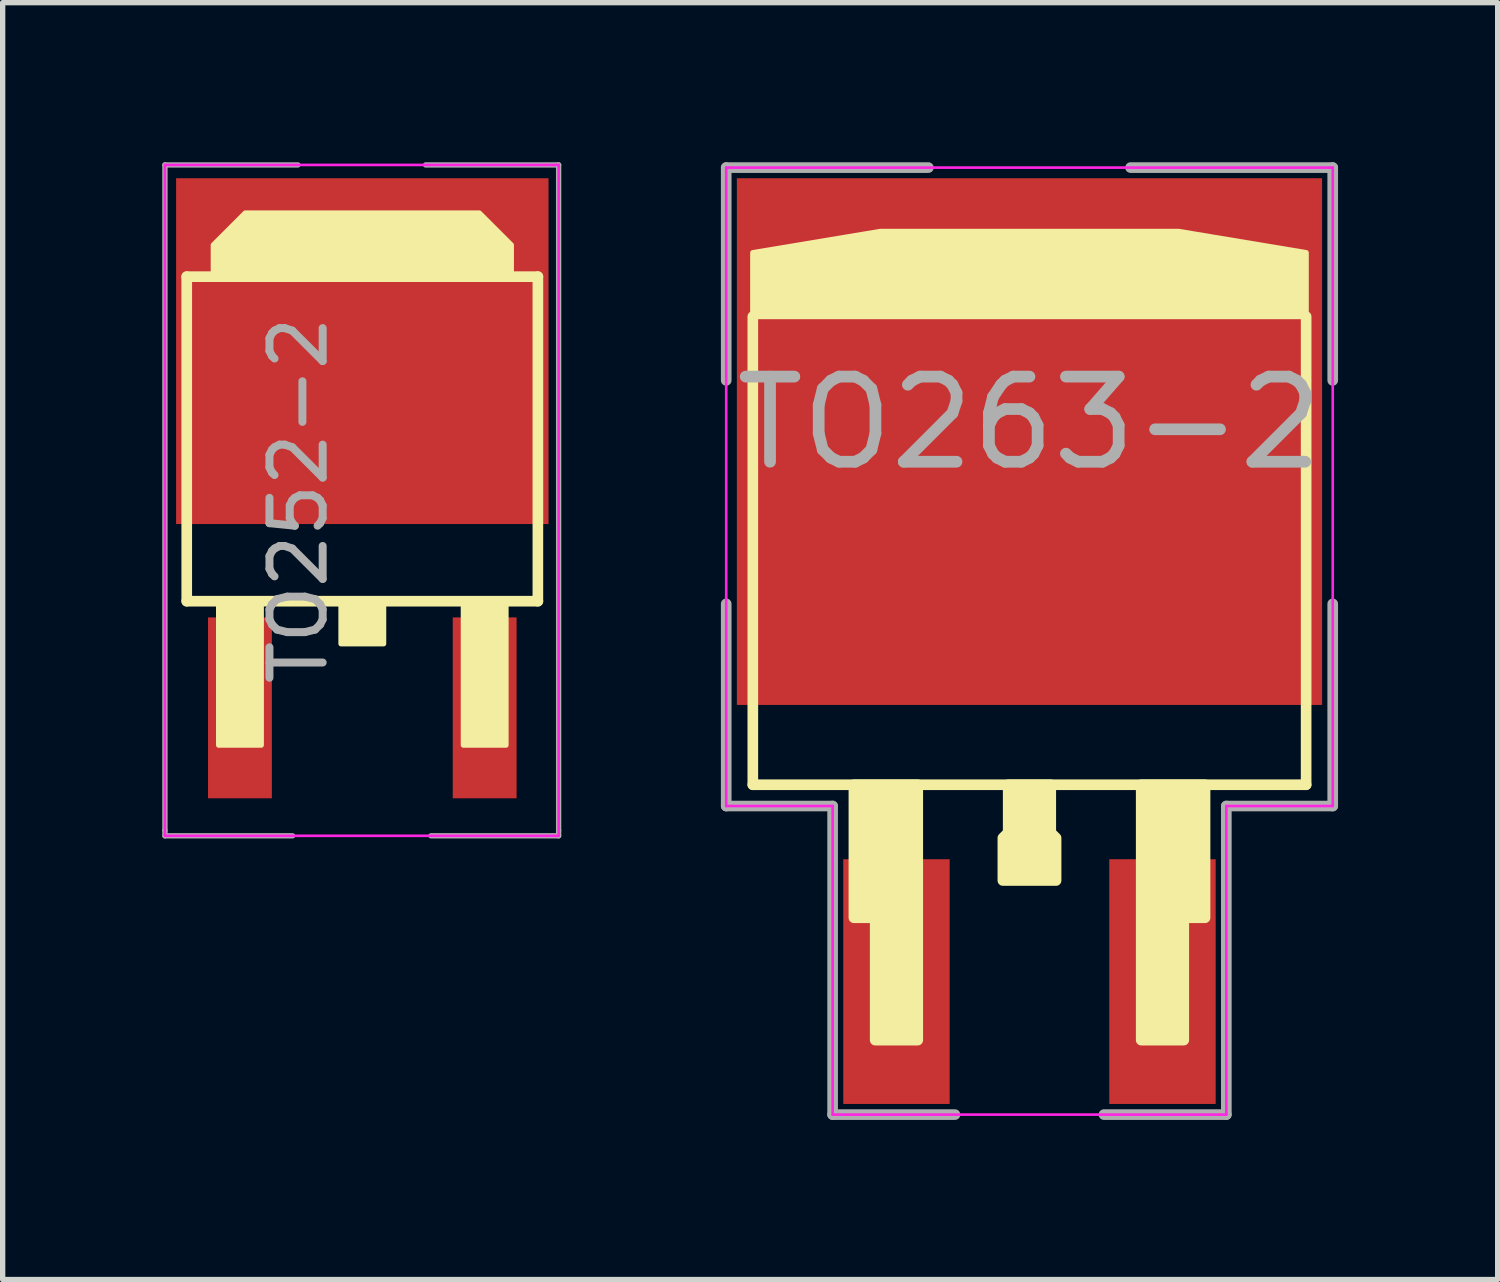
<source format=kicad_pcb>
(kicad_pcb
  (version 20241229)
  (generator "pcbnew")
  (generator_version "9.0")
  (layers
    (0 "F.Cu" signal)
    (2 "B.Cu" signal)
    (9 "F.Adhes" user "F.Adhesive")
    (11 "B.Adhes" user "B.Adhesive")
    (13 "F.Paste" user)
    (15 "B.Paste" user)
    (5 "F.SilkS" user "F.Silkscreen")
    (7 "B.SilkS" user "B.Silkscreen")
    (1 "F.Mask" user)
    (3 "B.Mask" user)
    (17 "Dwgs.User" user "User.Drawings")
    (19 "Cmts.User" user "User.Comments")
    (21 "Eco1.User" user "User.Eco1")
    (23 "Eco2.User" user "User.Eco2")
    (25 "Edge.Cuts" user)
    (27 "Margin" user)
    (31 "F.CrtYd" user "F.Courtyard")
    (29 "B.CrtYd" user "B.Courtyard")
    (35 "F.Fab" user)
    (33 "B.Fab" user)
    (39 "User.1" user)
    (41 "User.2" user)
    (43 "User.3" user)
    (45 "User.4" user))
  (footprint "TO263-2"
    (layer "F.Cu")
    (at 16.3 9)
    (property "Reference" "TO263-2" (at 0 -4.1 180) (layer "F.Fab") (effects (font (size 1.6 1.6) (thickness 0.22))))
    (attr smd)
    (fp_line (start -5.2 -6.1) (end -5.2 2.7) (stroke (width 0.2) (type solid)) (layer "F.SilkS"))
    (fp_line (start -5.2 2.7) (end 5.2 2.7) (stroke (width 0.2) (type solid)) (layer "F.SilkS"))
    (fp_line (start 5.2 2.7) (end 5.2 -6.1) (stroke (width 0.2) (type solid)) (layer "F.SilkS"))
    (fp_poly (pts (xy -2.1 2.7) (xy -2.1 7.5) (xy -2.9 7.5) (xy -2.9 5.2) (xy -3.3 5.2) (xy -3.3 2.7)) (stroke (width 0.2) (type solid)) (fill yes) (layer "F.SilkS"))
    (fp_poly (pts (xy 2.1 2.7) (xy 2.1 7.5) (xy 2.9 7.5) (xy 2.9 5.2) (xy 3.3 5.2) (xy 3.3 2.7)) (stroke (width 0.2) (type solid)) (fill yes) (layer "F.SilkS"))
    (fp_poly (pts (xy 5.2 -7.3) (xy 5.2 -6.1) (xy -5.2 -6.1) (xy -5.2 -7.3) (xy -2.8 -7.7) (xy 2.8 -7.7)) (stroke (width 0.1) (type solid)) (fill yes) (layer "F.SilkS"))
    (fp_poly (pts (xy -0.4 2.7) (xy -0.4 3.6) (xy -0.5 3.7) (xy -0.5 4.5) (xy 0.5 4.5) (xy 0.5 3.7) (xy 0.4 3.6) (xy 0.4 2.7)) (stroke (width 0.2) (type solid)) (fill yes) (layer "F.SilkS"))
    (fp_line (start -5.7 -8.9) (end 5.7 -8.9) (stroke (width 0.05) (type solid)) (layer "F.CrtYd"))
    (fp_line (start -5.7 3.1) (end -5.7 -8.9) (stroke (width 0.05) (type solid)) (layer "F.CrtYd"))
    (fp_line (start -5.7 3.1) (end -3.7 3.1) (stroke (width 0.05) (type solid)) (layer "F.CrtYd"))
    (fp_line (start -3.7 8.9) (end -3.7 3.1) (stroke (width 0.05) (type solid)) (layer "F.CrtYd"))
    (fp_line (start -3.7 8.9) (end 3.7 8.9) (stroke (width 0.05) (type solid)) (layer "F.CrtYd"))
    (fp_line (start 3.7 3.1) (end 5.7 3.1) (stroke (width 0.05) (type solid)) (layer "F.CrtYd"))
    (fp_line (start 3.7 8.9) (end 3.7 3.1) (stroke (width 0.05) (type solid)) (layer "F.CrtYd"))
    (fp_line (start 5.7 3.1) (end 5.7 -8.9) (stroke (width 0.05) (type solid)) (layer "F.CrtYd"))
    (fp_line (start -5.7 -8.9) (end -5.7 -4.9) (stroke (width 0.2) (type solid)) (layer "F.Fab"))
    (fp_line (start -5.7 -8.9) (end -1.9 -8.9) (stroke (width 0.2) (type solid)) (layer "F.Fab"))
    (fp_line (start -5.7 -0.7) (end -5.7 3.1) (stroke (width 0.2) (type solid)) (layer "F.Fab"))
    (fp_line (start -5.7 3.1) (end -3.7 3.1) (stroke (width 0.2) (type solid)) (layer "F.Fab"))
    (fp_line (start -3.7 3.1) (end -3.7 8.9) (stroke (width 0.2) (type solid)) (layer "F.Fab"))
    (fp_line (start -3.7 8.9) (end -1.4 8.9) (stroke (width 0.2) (type solid)) (layer "F.Fab"))
    (fp_line (start 1.4 8.9) (end 3.7 8.9) (stroke (width 0.2) (type solid)) (layer "F.Fab"))
    (fp_line (start 1.9 -8.9) (end 5.7 -8.9) (stroke (width 0.2) (type solid)) (layer "F.Fab"))
    (fp_line (start 3.7 3.1) (end 3.7 8.9) (stroke (width 0.2) (type solid)) (layer "F.Fab"))
    (fp_line (start 3.7 3.1) (end 5.7 3.1) (stroke (width 0.2) (type solid)) (layer "F.Fab"))
    (fp_line (start 5.7 -8.9) (end 5.7 -4.9) (stroke (width 0.2) (type solid)) (layer "F.Fab"))
    (fp_line (start 5.7 -0.7) (end 5.7 3.1) (stroke (width 0.2) (type solid)) (layer "F.Fab"))
    (pad "1" smd rect (at -2.5 6.4) (size 2 4.6) (layers "F.Cu" "F.Mask" "F.Paste"))
    (pad "2" smd rect (at 0 -3.75) (size 11 9.9) (layers "F.Cu" "F.Mask" "F.Paste"))
    (pad "3" smd rect (at 2.5 6.4) (size 2 4.6) (layers "F.Cu" "F.Mask" "F.Paste")))
  (footprint "TO252-2"
    (layer "F.Cu")
    (at 3.76 6.355)
    (property "Reference" "TO252-2" (at -1.2 0 90) (layer "F.Fab") (effects (font (size 1 1) (thickness 0.15))))
    (attr smd)
    (fp_line (start -3.3 -4.205) (end -3.3 1.895) (stroke (width 0.2) (type solid)) (layer "F.SilkS"))
    (fp_line (start -3.3 -4.205) (end 3.3 -4.205) (stroke (width 0.2) (type solid)) (layer "F.SilkS"))
    (fp_line (start -3.3 1.895) (end 3.3 1.895) (stroke (width 0.2) (type solid)) (layer "F.SilkS"))
    (fp_line (start 3.3 -4.205) (end 3.3 1.895) (stroke (width 0.2) (type solid)) (layer "F.SilkS"))
    (fp_rect (start -2.7 1.9) (end -1.9 4.6) (stroke (width 0.1) (type solid)) (fill yes) (layer "F.SilkS"))
    (fp_rect (start -0.4 1.895) (end 0.4 2.695) (stroke (width 0.1) (type solid)) (fill yes) (layer "F.SilkS"))
    (fp_rect (start 1.9 1.9) (end 2.7 4.6) (stroke (width 0.1) (type solid)) (fill yes) (layer "F.SilkS"))
    (fp_poly (pts (xy 2.8 -4.8) (xy 2.8 -4.205) (xy -2.8 -4.205) (xy -2.8 -4.8) (xy -2.2 -5.4) (xy 2.2 -5.4)) (stroke (width 0.1) (type solid)) (fill yes) (layer "F.SilkS"))
    (fp_line (start -3.71 -6.305) (end 3.69 -6.305) (stroke (width 0.05) (type solid)) (layer "F.CrtYd"))
    (fp_line (start -3.71 6.305) (end -3.71 -6.305) (stroke (width 0.05) (type solid)) (layer "F.CrtYd"))
    (fp_line (start 3.69 -6.305) (end 3.69 6.305) (stroke (width 0.05) (type solid)) (layer "F.CrtYd"))
    (fp_line (start 3.69 6.305) (end -3.71 6.305) (stroke (width 0.05) (type solid)) (layer "F.CrtYd"))
    (fp_line (start -3.71 -6.305) (end -1.21 -6.305) (stroke (width 0.1) (type solid)) (layer "F.Fab"))
    (fp_line (start -3.71 6.205) (end -3.71 -6.305) (stroke (width 0.1) (type solid)) (layer "F.Fab"))
    (fp_line (start -3.71 6.205) (end -3.71 6.305) (stroke (width 0.1) (type solid)) (layer "F.Fab"))
    (fp_line (start -3.71 6.305) (end -1.31 6.305) (stroke (width 0.1) (type solid)) (layer "F.Fab"))
    (fp_line (start 3.69 -6.305) (end 1.19 -6.305) (stroke (width 0.1) (type solid)) (layer "F.Fab"))
    (fp_line (start 3.69 6.205) (end 3.69 -6.305) (stroke (width 0.1) (type solid)) (layer "F.Fab"))
    (fp_line (start 3.69 6.205) (end 3.69 6.305) (stroke (width 0.1) (type solid)) (layer "F.Fab"))
    (fp_line (start 3.69 6.305) (end 1.29 6.305) (stroke (width 0.1) (type solid)) (layer "F.Fab"))
    (pad "1" smd rect (at -2.3 3.9) (size 1.2 3.4) (layers "F.Cu" "F.Mask" "F.Paste"))
    (pad "2" smd rect (at 0 -2.805) (size 7 6.5) (layers "F.Cu" "F.Mask" "F.Paste"))
    (pad "3" smd rect (at 2.3 3.9) (size 1.2 3.4) (layers "F.Cu" "F.Mask" "F.Paste")))
  (gr_rect
    (start -3 -3)
    (end 25.1 21)
    (stroke (width 0.1) (type default))
    (fill no)
    (layer "Edge.Cuts")))
</source>
